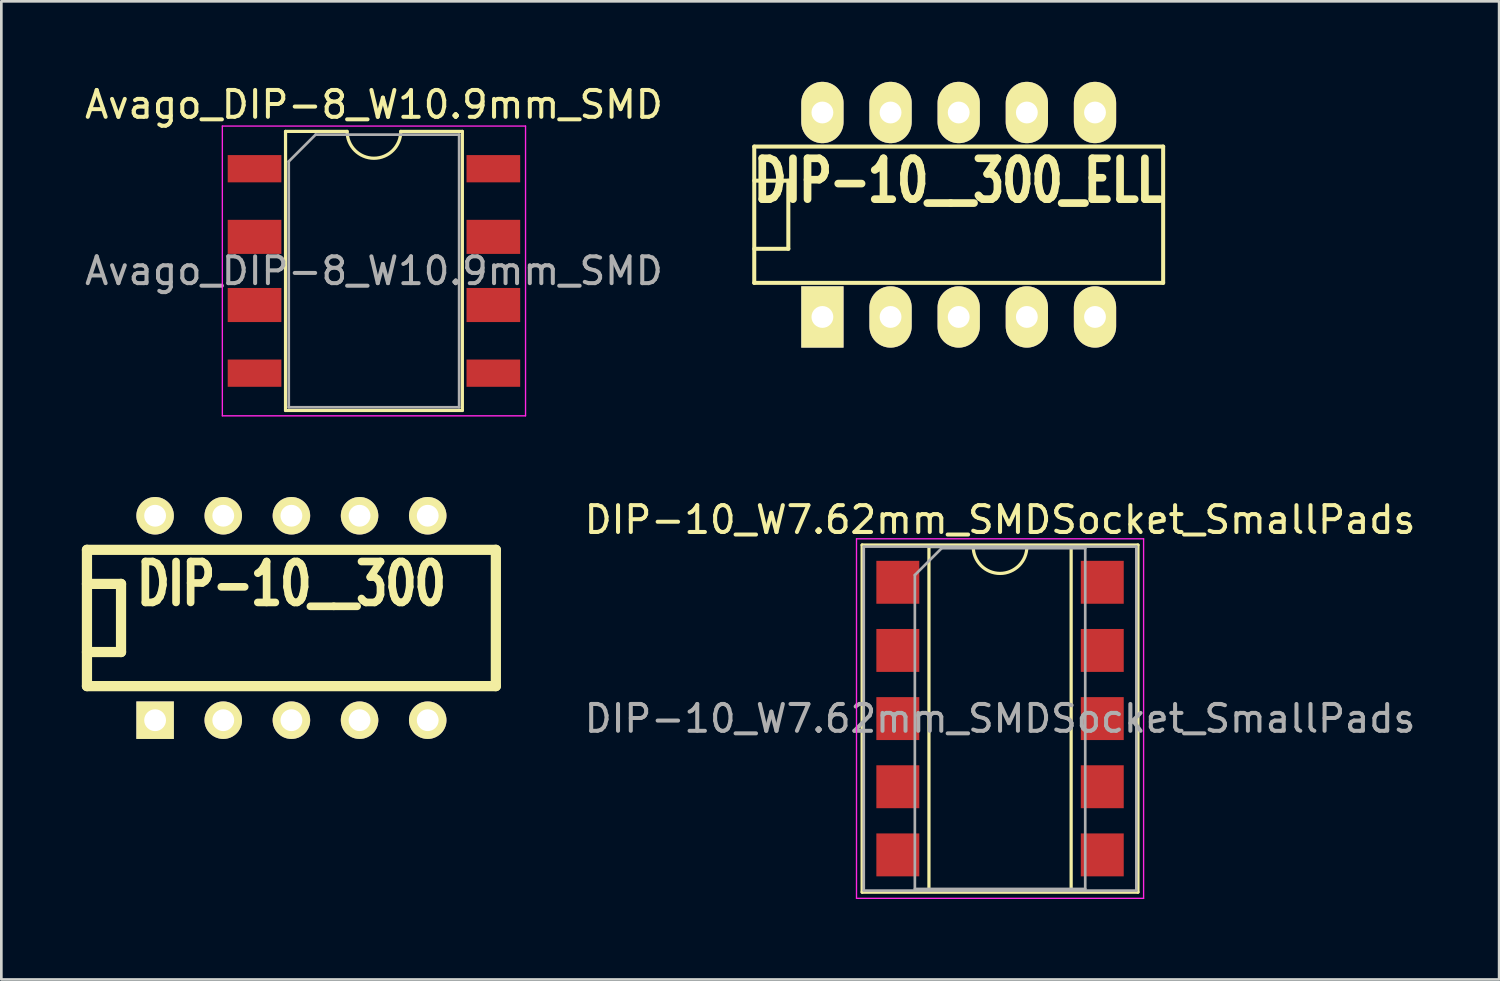
<source format=kicad_pcb>
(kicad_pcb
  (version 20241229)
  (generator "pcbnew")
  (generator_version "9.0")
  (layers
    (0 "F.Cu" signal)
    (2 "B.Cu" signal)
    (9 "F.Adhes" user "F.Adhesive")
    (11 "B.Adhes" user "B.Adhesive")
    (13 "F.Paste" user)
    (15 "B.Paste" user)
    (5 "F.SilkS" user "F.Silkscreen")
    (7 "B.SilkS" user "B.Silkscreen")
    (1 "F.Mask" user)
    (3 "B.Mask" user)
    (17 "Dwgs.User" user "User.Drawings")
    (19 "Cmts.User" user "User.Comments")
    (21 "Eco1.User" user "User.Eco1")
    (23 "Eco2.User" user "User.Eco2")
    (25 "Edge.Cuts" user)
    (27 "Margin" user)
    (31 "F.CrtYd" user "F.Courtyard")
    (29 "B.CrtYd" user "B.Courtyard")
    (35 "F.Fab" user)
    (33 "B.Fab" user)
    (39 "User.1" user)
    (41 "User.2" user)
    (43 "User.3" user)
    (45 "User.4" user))
  (footprint "DIP-10__300"
    (layer "F.Cu")
    (at 7.811 19.982)
    (property "Reference" "DIP-10__300" (at 0 -1.27 0) (layer "F.SilkS") (effects (font (size 1.524 1.143) (thickness 0.305))))
    (attr through_hole)
    (fp_line (start -7.62 -2.54) (end -7.62 2.54) (stroke (width 0.381) (type solid)) (layer "F.SilkS"))
    (fp_line (start -7.62 -1.27) (end -6.35 -1.27) (stroke (width 0.381) (type solid)) (layer "F.SilkS"))
    (fp_line (start -7.62 2.54) (end 7.62 2.54) (stroke (width 0.381) (type solid)) (layer "F.SilkS"))
    (fp_line (start -6.35 -1.27) (end -6.35 1.27) (stroke (width 0.381) (type solid)) (layer "F.SilkS"))
    (fp_line (start -6.35 1.27) (end -7.62 1.27) (stroke (width 0.381) (type solid)) (layer "F.SilkS"))
    (fp_line (start 7.62 -2.54) (end -7.62 -2.54) (stroke (width 0.381) (type solid)) (layer "F.SilkS"))
    (fp_line (start 7.62 2.54) (end 7.62 -2.54) (stroke (width 0.381) (type solid)) (layer "F.SilkS"))
    (pad "1" thru_hole rect (at -5.08 3.81) (size 1.397 1.397) (drill 0.813) (layers "*.Cu" "*.Mask" "F.SilkS"))
    (pad "2" thru_hole circle (at -2.54 3.81) (size 1.397 1.397) (drill 0.813) (layers "*.Cu" "*.Mask" "F.SilkS"))
    (pad "3" thru_hole circle (at 0 3.81) (size 1.397 1.397) (drill 0.813) (layers "*.Cu" "*.Mask" "F.SilkS"))
    (pad "4" thru_hole circle (at 2.54 3.81) (size 1.397 1.397) (drill 0.813) (layers "*.Cu" "*.Mask" "F.SilkS"))
    (pad "5" thru_hole circle (at 5.08 3.81) (size 1.397 1.397) (drill 0.813) (layers "*.Cu" "*.Mask" "F.SilkS"))
    (pad "6" thru_hole circle (at 5.08 -3.81) (size 1.397 1.397) (drill 0.813) (layers "*.Cu" "*.Mask" "F.SilkS"))
    (pad "7" thru_hole circle (at 2.54 -3.81) (size 1.397 1.397) (drill 0.813) (layers "*.Cu" "*.Mask" "F.SilkS"))
    (pad "8" thru_hole circle (at 0 -3.81) (size 1.397 1.397) (drill 0.813) (layers "*.Cu" "*.Mask" "F.SilkS"))
    (pad "9" thru_hole circle (at -2.54 -3.81) (size 1.397 1.397) (drill 0.813) (layers "*.Cu" "*.Mask" "F.SilkS"))
    (pad "10" thru_hole circle (at -5.08 -3.81) (size 1.397 1.397) (drill 0.813) (layers "*.Cu" "*.Mask" "F.SilkS")))
  (footprint "DIP-10__300_ELL"
    (layer "F.Cu")
    (at 32.681 4.953)
    (property "Reference" "DIP-10__300_ELL" (at 0 -1.27 0) (layer "F.SilkS") (effects (font (size 1.524 1.143) (thickness 0.305))))
    (attr through_hole)
    (fp_line (start -7.62 -2.54) (end -7.62 2.54) (stroke (width 0.15) (type solid)) (layer "F.SilkS"))
    (fp_line (start -7.62 -1.27) (end -6.35 -1.27) (stroke (width 0.15) (type solid)) (layer "F.SilkS"))
    (fp_line (start -7.62 2.54) (end 7.62 2.54) (stroke (width 0.15) (type solid)) (layer "F.SilkS"))
    (fp_line (start -6.35 -1.27) (end -6.35 1.27) (stroke (width 0.15) (type solid)) (layer "F.SilkS"))
    (fp_line (start -6.35 1.27) (end -7.62 1.27) (stroke (width 0.15) (type solid)) (layer "F.SilkS"))
    (fp_line (start 7.62 -2.54) (end -7.62 -2.54) (stroke (width 0.15) (type solid)) (layer "F.SilkS"))
    (fp_line (start 7.62 2.54) (end 7.62 -2.54) (stroke (width 0.15) (type solid)) (layer "F.SilkS"))
    (pad "1" thru_hole rect (at -5.08 3.81) (size 1.575 2.286) (drill 0.813) (layers "*.Cu" "*.Mask" "F.SilkS"))
    (pad "2" thru_hole oval (at -2.54 3.81) (size 1.575 2.286) (drill 0.813) (layers "*.Cu" "*.Mask" "F.SilkS"))
    (pad "3" thru_hole oval (at 0 3.81) (size 1.575 2.286) (drill 0.813) (layers "*.Cu" "*.Mask" "F.SilkS"))
    (pad "4" thru_hole oval (at 2.54 3.81) (size 1.575 2.286) (drill 0.813) (layers "*.Cu" "*.Mask" "F.SilkS"))
    (pad "5" thru_hole oval (at 5.08 3.81) (size 1.575 2.286) (drill 0.813) (layers "*.Cu" "*.Mask" "F.SilkS"))
    (pad "6" thru_hole oval (at 5.08 -3.81) (size 1.575 2.286) (drill 0.813) (layers "*.Cu" "*.Mask" "F.SilkS"))
    (pad "7" thru_hole oval (at 2.54 -3.81) (size 1.575 2.286) (drill 0.813) (layers "*.Cu" "*.Mask" "F.SilkS"))
    (pad "8" thru_hole oval (at 0 -3.81) (size 1.575 2.286) (drill 0.813) (layers "*.Cu" "*.Mask" "F.SilkS"))
    (pad "9" thru_hole oval (at -2.54 -3.81) (size 1.575 2.286) (drill 0.813) (layers "*.Cu" "*.Mask" "F.SilkS"))
    (pad "10" thru_hole oval (at -5.08 -3.81) (size 1.575 2.286) (drill 0.813) (layers "*.Cu" "*.Mask" "F.SilkS")))
  (footprint "Avago_DIP-8_W10.9mm_SMD"
    (layer "F.Cu")
    (at 10.887 7.048)
    (property "Reference" "Avago_DIP-8_W10.9mm_SMD" (at 0 -6.2 0) (layer "F.SilkS") (effects (font (size 1 1) (thickness 0.15))))
    (attr smd)
    (fp_line (start -3.295 -5.2) (end -3.295 5.2) (stroke (width 0.12) (type solid)) (layer "F.SilkS"))
    (fp_line (start -3.295 5.2) (end 3.295 5.2) (stroke (width 0.12) (type solid)) (layer "F.SilkS"))
    (fp_line (start -1 -5.2) (end -3.295 -5.2) (stroke (width 0.12) (type solid)) (layer "F.SilkS"))
    (fp_line (start 3.295 -5.2) (end 1 -5.2) (stroke (width 0.12) (type solid)) (layer "F.SilkS"))
    (fp_line (start 3.295 5.2) (end 3.295 -5.2) (stroke (width 0.12) (type solid)) (layer "F.SilkS"))
    (fp_arc (start 1 -5.2) (mid 0 -4.2) (end -1 -5.2) (stroke (width 0.12) (type solid)) (layer "F.SilkS"))
    (fp_line (start -5.65 -5.4) (end -5.65 5.4) (stroke (width 0.05) (type solid)) (layer "F.CrtYd"))
    (fp_line (start -5.65 5.4) (end 5.65 5.4) (stroke (width 0.05) (type solid)) (layer "F.CrtYd"))
    (fp_line (start 5.65 -5.4) (end -5.65 -5.4) (stroke (width 0.05) (type solid)) (layer "F.CrtYd"))
    (fp_line (start 5.65 5.4) (end 5.65 -5.4) (stroke (width 0.05) (type solid)) (layer "F.CrtYd"))
    (fp_line (start -3.175 -4.08) (end -2.175 -5.08) (stroke (width 0.1) (type solid)) (layer "F.Fab"))
    (fp_line (start -3.175 5.08) (end -3.175 -4.08) (stroke (width 0.1) (type solid)) (layer "F.Fab"))
    (fp_line (start -2.175 -5.08) (end 3.175 -5.08) (stroke (width 0.1) (type solid)) (layer "F.Fab"))
    (fp_line (start 3.175 -5.08) (end 3.175 5.08) (stroke (width 0.1) (type solid)) (layer "F.Fab"))
    (fp_line (start 3.175 5.08) (end -3.175 5.08) (stroke (width 0.1) (type solid)) (layer "F.Fab"))
    (fp_text user "${REFERENCE}" (at 0 0 0) (layer "F.Fab") (effects (font (size 1 1) (thickness 0.15))))
    (pad "1" smd rect (at -4.45 -3.81) (size 2 1.016) (layers "F.Cu" "F.Mask" "F.Paste"))
    (pad "2" smd rect (at -4.45 -1.27) (size 2 1.27) (layers "F.Cu" "F.Mask" "F.Paste"))
    (pad "3" smd rect (at -4.45 1.27) (size 2 1.27) (layers "F.Cu" "F.Mask" "F.Paste"))
    (pad "4" smd rect (at -4.45 3.81) (size 2 1.016) (layers "F.Cu" "F.Mask" "F.Paste"))
    (pad "5" smd rect (at 4.45 3.81) (size 2 1.016) (layers "F.Cu" "F.Mask" "F.Paste"))
    (pad "6" smd rect (at 4.45 1.27) (size 2 1.27) (layers "F.Cu" "F.Mask" "F.Paste"))
    (pad "7" smd rect (at 4.45 -1.27) (size 2 1.27) (layers "F.Cu" "F.Mask" "F.Paste"))
    (pad "8" smd rect (at 4.45 -3.81) (size 2 1.016) (layers "F.Cu" "F.Mask" "F.Paste")))
  (footprint "DIP-10_W7.62mm_SMDSocket_SmallPads"
    (layer "F.Cu")
    (at 34.222 23.732)
    (property "Reference" "DIP-10_W7.62mm_SMDSocket_SmallPads" (at 0 -7.41 0) (layer "F.SilkS") (effects (font (size 1 1) (thickness 0.15))))
    (attr smd)
    (fp_line (start -5.14 -6.47) (end -5.14 6.47) (stroke (width 0.12) (type solid)) (layer "F.SilkS"))
    (fp_line (start -5.14 6.47) (end 5.14 6.47) (stroke (width 0.12) (type solid)) (layer "F.SilkS"))
    (fp_line (start -2.65 -6.41) (end -2.65 6.41) (stroke (width 0.12) (type solid)) (layer "F.SilkS"))
    (fp_line (start -2.65 6.41) (end 2.65 6.41) (stroke (width 0.12) (type solid)) (layer "F.SilkS"))
    (fp_line (start -1 -6.41) (end -2.65 -6.41) (stroke (width 0.12) (type solid)) (layer "F.SilkS"))
    (fp_line (start 2.65 -6.41) (end 1 -6.41) (stroke (width 0.12) (type solid)) (layer "F.SilkS"))
    (fp_line (start 2.65 6.41) (end 2.65 -6.41) (stroke (width 0.12) (type solid)) (layer "F.SilkS"))
    (fp_line (start 5.14 -6.47) (end -5.14 -6.47) (stroke (width 0.12) (type solid)) (layer "F.SilkS"))
    (fp_line (start 5.14 6.47) (end 5.14 -6.47) (stroke (width 0.12) (type solid)) (layer "F.SilkS"))
    (fp_arc (start 1 -6.41) (mid 0 -5.41) (end -1 -6.41) (stroke (width 0.12) (type solid)) (layer "F.SilkS"))
    (fp_line (start -5.35 -6.7) (end -5.35 6.7) (stroke (width 0.05) (type solid)) (layer "F.CrtYd"))
    (fp_line (start -5.35 6.7) (end 5.35 6.7) (stroke (width 0.05) (type solid)) (layer "F.CrtYd"))
    (fp_line (start 5.35 -6.7) (end -5.35 -6.7) (stroke (width 0.05) (type solid)) (layer "F.CrtYd"))
    (fp_line (start 5.35 6.7) (end 5.35 -6.7) (stroke (width 0.05) (type solid)) (layer "F.CrtYd"))
    (fp_line (start -5.08 -6.41) (end -5.08 6.41) (stroke (width 0.1) (type solid)) (layer "F.Fab"))
    (fp_line (start -5.08 6.41) (end 5.08 6.41) (stroke (width 0.1) (type solid)) (layer "F.Fab"))
    (fp_line (start -3.175 -5.35) (end -2.175 -6.35) (stroke (width 0.1) (type solid)) (layer "F.Fab"))
    (fp_line (start -3.175 6.35) (end -3.175 -5.35) (stroke (width 0.1) (type solid)) (layer "F.Fab"))
    (fp_line (start -2.175 -6.35) (end 3.175 -6.35) (stroke (width 0.1) (type solid)) (layer "F.Fab"))
    (fp_line (start 3.175 -6.35) (end 3.175 6.35) (stroke (width 0.1) (type solid)) (layer "F.Fab"))
    (fp_line (start 3.175 6.35) (end -3.175 6.35) (stroke (width 0.1) (type solid)) (layer "F.Fab"))
    (fp_line (start 5.08 -6.41) (end -5.08 -6.41) (stroke (width 0.1) (type solid)) (layer "F.Fab"))
    (fp_line (start 5.08 6.41) (end 5.08 -6.41) (stroke (width 0.1) (type solid)) (layer "F.Fab"))
    (fp_text user "${REFERENCE}" (at 0 0 0) (layer "F.Fab") (effects (font (size 1 1) (thickness 0.15))))
    (pad "1" smd rect (at -3.81 -5.08) (size 1.6 1.6) (layers "F.Cu" "F.Mask" "F.Paste"))
    (pad "2" smd rect (at -3.81 -2.54) (size 1.6 1.6) (layers "F.Cu" "F.Mask" "F.Paste"))
    (pad "3" smd rect (at -3.81 0) (size 1.6 1.6) (layers "F.Cu" "F.Mask" "F.Paste"))
    (pad "4" smd rect (at -3.81 2.54) (size 1.6 1.6) (layers "F.Cu" "F.Mask" "F.Paste"))
    (pad "5" smd rect (at -3.81 5.08) (size 1.6 1.6) (layers "F.Cu" "F.Mask" "F.Paste"))
    (pad "6" smd rect (at 3.81 5.08) (size 1.6 1.6) (layers "F.Cu" "F.Mask" "F.Paste"))
    (pad "7" smd rect (at 3.81 2.54) (size 1.6 1.6) (layers "F.Cu" "F.Mask" "F.Paste"))
    (pad "8" smd rect (at 3.81 0) (size 1.6 1.6) (layers "F.Cu" "F.Mask" "F.Paste"))
    (pad "9" smd rect (at 3.81 -2.54) (size 1.6 1.6) (layers "F.Cu" "F.Mask" "F.Paste"))
    (pad "10" smd rect (at 3.81 -5.08) (size 1.6 1.6) (layers "F.Cu" "F.Mask" "F.Paste")))
  (gr_rect
    (start -3 -3)
    (end 52.823 33.456)
    (stroke (width 0.1) (type default))
    (fill no)
    (layer "Edge.Cuts")))
</source>
